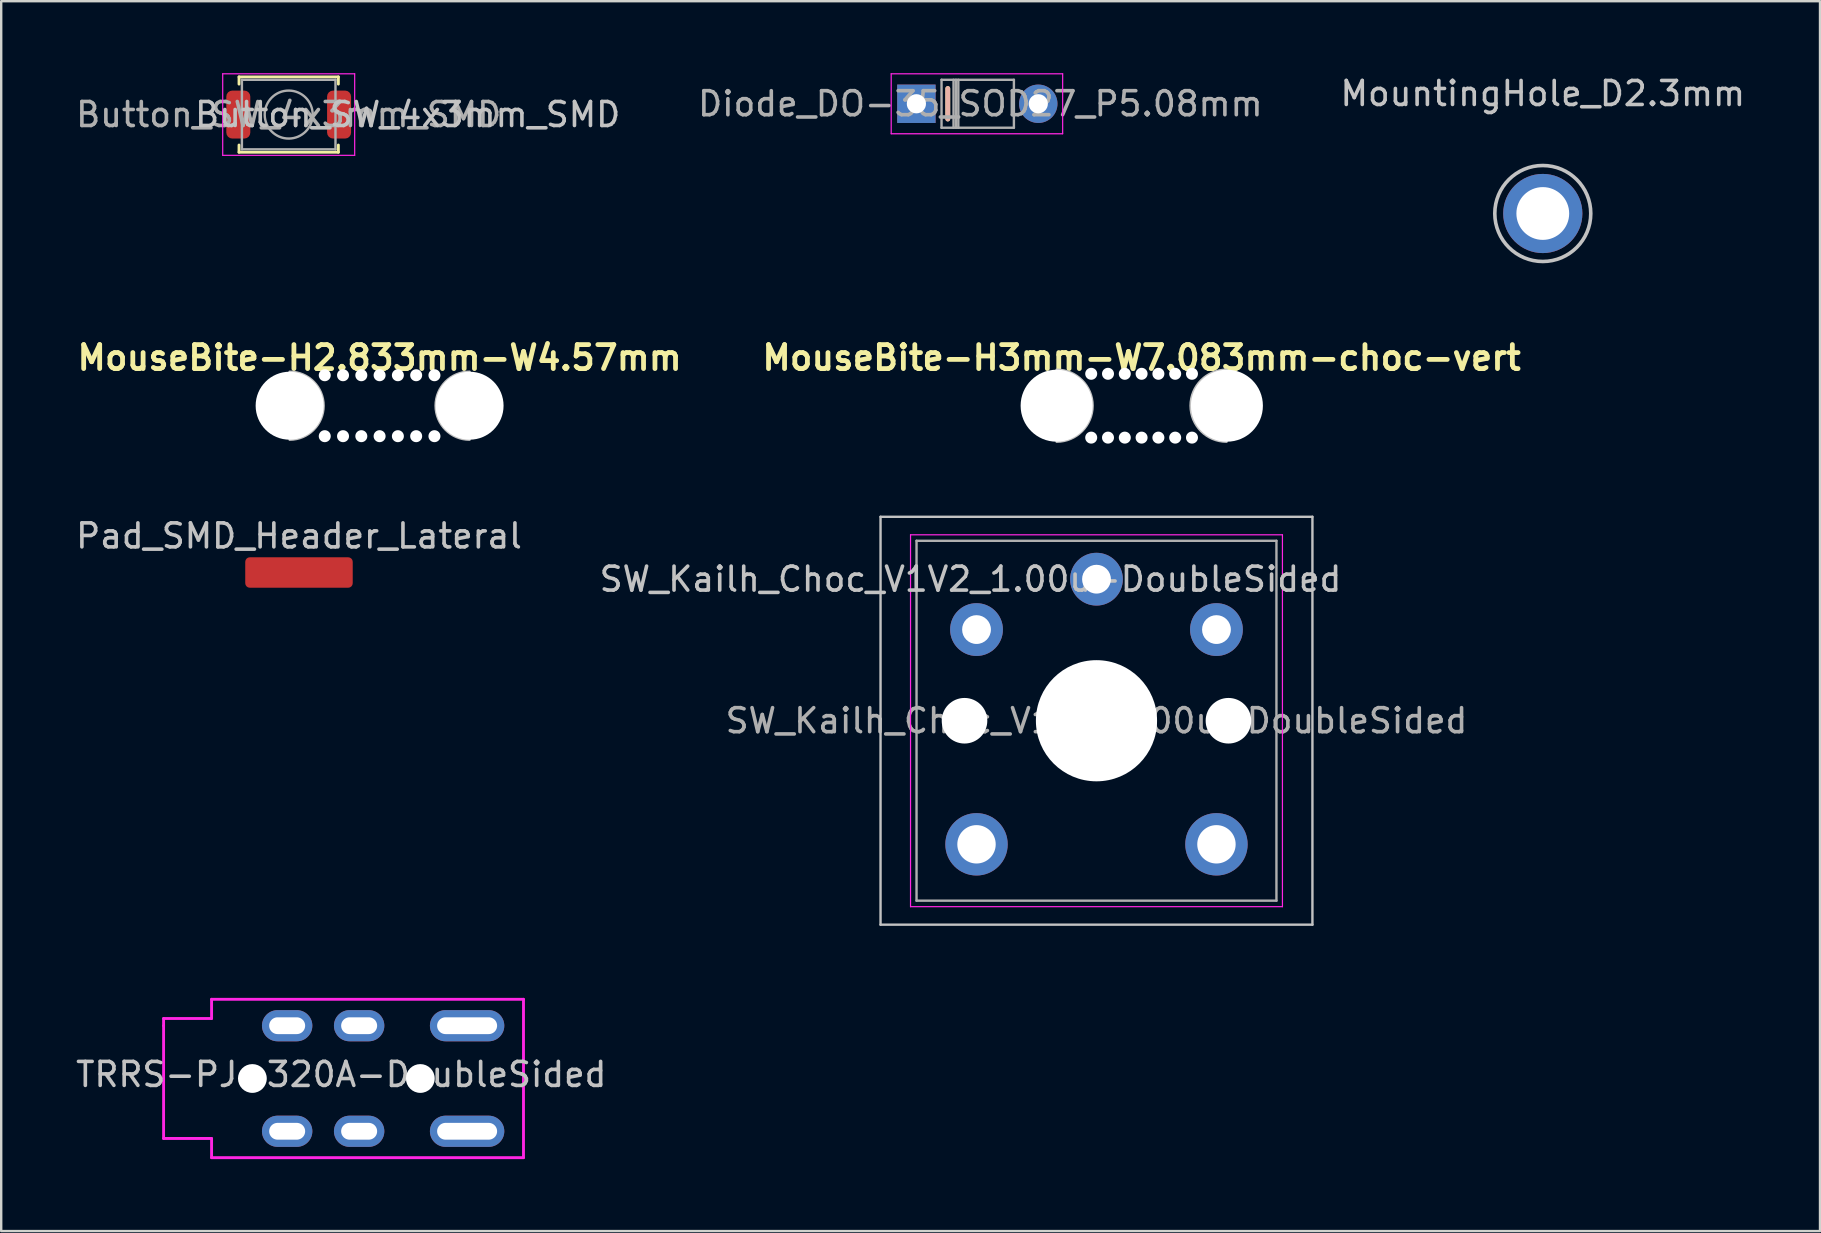
<source format=kicad_pcb>
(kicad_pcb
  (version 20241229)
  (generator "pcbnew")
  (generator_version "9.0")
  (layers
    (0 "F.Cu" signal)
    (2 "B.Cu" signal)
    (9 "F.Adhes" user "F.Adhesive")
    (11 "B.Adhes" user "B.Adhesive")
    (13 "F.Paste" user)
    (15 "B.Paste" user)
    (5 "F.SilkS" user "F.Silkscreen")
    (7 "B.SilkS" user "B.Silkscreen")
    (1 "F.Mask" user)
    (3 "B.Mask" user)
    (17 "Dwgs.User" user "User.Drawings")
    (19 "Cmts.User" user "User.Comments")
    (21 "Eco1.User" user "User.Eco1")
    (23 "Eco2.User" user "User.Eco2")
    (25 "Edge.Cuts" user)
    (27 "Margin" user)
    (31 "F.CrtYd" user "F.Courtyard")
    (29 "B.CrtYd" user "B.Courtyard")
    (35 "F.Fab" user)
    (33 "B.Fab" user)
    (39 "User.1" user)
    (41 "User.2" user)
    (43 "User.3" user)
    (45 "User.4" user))
  (footprint "MouseBite-H2.833mm-W4.57mm"
    (layer "F.Cu")
    (at 12.771 13.859)
    (property "Reference" "MouseBite-H2.833mm-W4.57mm" (at 0 -2 180) (layer "F.SilkS") (effects (font (size 1 1) (thickness 0.2))))
    (attr through_hole)
    (fp_arc (start -3.75 -1.4165) (mid -2.3335 0) (end -3.75 1.4165) (stroke (width 0.1) (type solid)) (layer "Dwgs.User"))
    (fp_arc (start 3.75 1.4165) (mid 2.3335 0) (end 3.75 -1.4165) (stroke (width 0.1) (type solid)) (layer "Dwgs.User"))
    (fp_circle (center -3.75 0) (end -3.69 0) (stroke (width 0.05) (type solid)) (fill no) (layer "Dwgs.User"))
    (fp_circle (center 3.75 0) (end 3.81 0) (stroke (width 0.05) (type solid)) (fill no) (layer "Dwgs.User"))
    (pad "" np_thru_hole circle (at -3.75 0) (size 2.833 2.833) (drill 2.833) (layers "*.Cu" "*.Mask"))
    (pad "" np_thru_hole circle (at -2.286 -1.27) (size 0.5 0.5) (drill 0.5) (layers "*.Cu" "*.Mask"))
    (pad "" np_thru_hole circle (at -2.286 1.27) (size 0.5 0.5) (drill 0.5) (layers "*.Cu" "*.Mask"))
    (pad "" np_thru_hole circle (at -1.524 -1.27) (size 0.5 0.5) (drill 0.5) (layers "*.Cu" "*.Mask"))
    (pad "" np_thru_hole circle (at -1.524 1.27) (size 0.5 0.5) (drill 0.5) (layers "*.Cu" "*.Mask"))
    (pad "" np_thru_hole circle (at -0.762 -1.27) (size 0.5 0.5) (drill 0.5) (layers "*.Cu" "*.Mask"))
    (pad "" np_thru_hole circle (at -0.762 1.27) (size 0.5 0.5) (drill 0.5) (layers "*.Cu" "*.Mask"))
    (pad "" np_thru_hole circle (at 0 -1.27) (size 0.5 0.5) (drill 0.5) (layers "*.Cu" "*.Mask"))
    (pad "" np_thru_hole circle (at 0 1.27) (size 0.5 0.5) (drill 0.5) (layers "*.Cu" "*.Mask"))
    (pad "" np_thru_hole circle (at 0.762 -1.27) (size 0.5 0.5) (drill 0.5) (layers "*.Cu" "*.Mask"))
    (pad "" np_thru_hole circle (at 0.762 1.27) (size 0.5 0.5) (drill 0.5) (layers "*.Cu" "*.Mask"))
    (pad "" np_thru_hole circle (at 1.524 -1.27) (size 0.5 0.5) (drill 0.5) (layers "*.Cu" "*.Mask"))
    (pad "" np_thru_hole circle (at 1.524 1.27) (size 0.5 0.5) (drill 0.5) (layers "*.Cu" "*.Mask"))
    (pad "" np_thru_hole circle (at 2.286 -1.27) (size 0.5 0.5) (drill 0.5) (layers "*.Cu" "*.Mask"))
    (pad "" np_thru_hole circle (at 2.286 1.27) (size 0.5 0.5) (drill 0.5) (layers "*.Cu" "*.Mask"))
    (pad "" np_thru_hole circle (at 3.75 0) (size 2.833 2.833) (drill 2.833) (layers "*.Cu" "*.Mask")))
  (footprint "MountingHole_D2.3mm"
    (layer "F.Cu")
    (at 61.25 5.848)
    (property "Reference" "MountingHole_D2.3mm" (at 0 -5 0) (layer "Dwgs.User") (effects (font (size 1 1) (thickness 0.15))))
    (attr exclude_from_pos_files exclude_from_bom)
    (fp_circle (center 0 0) (end 2 0) (stroke (width 0.15) (type solid)) (fill no) (layer "Dwgs.User"))
    (pad "1" thru_hole circle (at 0 0) (size 3.3 3.3) (drill 2.2) (layers "*.Cu" "*.Mask")))
  (footprint "Button_SW_4x3mm_SMD"
    (layer "F.Cu")
    (at 8.982 1.725)
    (property "Reference" "Button_SW_4x3mm_SMD" (at 4.958 0 0) (layer "Dwgs.User") (effects (font (size 1 1) (thickness 0.15))))
    (attr smd)
    (fp_line (start -2.07 -1.57) (end 2.07 -1.57) (stroke (width 0.12) (type solid)) (layer "F.SilkS"))
    (fp_line (start -2.07 -1.27) (end -2.07 -1.57) (stroke (width 0.12) (type solid)) (layer "F.SilkS"))
    (fp_line (start -2.07 1.57) (end -2.07 1.27) (stroke (width 0.12) (type solid)) (layer "F.SilkS"))
    (fp_line (start 2.07 -1.57) (end 2.07 -1.27) (stroke (width 0.12) (type solid)) (layer "F.SilkS"))
    (fp_line (start 2.07 1.27) (end 2.07 1.57) (stroke (width 0.12) (type solid)) (layer "F.SilkS"))
    (fp_line (start 2.07 1.57) (end -2.07 1.57) (stroke (width 0.12) (type solid)) (layer "F.SilkS"))
    (fp_line (start -2.75 -1.7) (end 2.75 -1.7) (stroke (width 0.05) (type solid)) (layer "F.CrtYd"))
    (fp_line (start -2.75 1.7) (end -2.75 -1.7) (stroke (width 0.05) (type solid)) (layer "F.CrtYd"))
    (fp_line (start 2.75 -1.7) (end 2.75 1.7) (stroke (width 0.05) (type solid)) (layer "F.CrtYd"))
    (fp_line (start 2.75 1.7) (end -2.75 1.7) (stroke (width 0.05) (type solid)) (layer "F.CrtYd"))
    (fp_line (start -1.95 -1.45) (end 1.95 -1.45) (stroke (width 0.1) (type solid)) (layer "F.Fab"))
    (fp_line (start -1.95 1.45) (end -1.95 -1.45) (stroke (width 0.1) (type solid)) (layer "F.Fab"))
    (fp_line (start 1.95 -1.45) (end 1.95 1.45) (stroke (width 0.1) (type solid)) (layer "F.Fab"))
    (fp_line (start 1.95 1.45) (end -1.95 1.45) (stroke (width 0.1) (type solid)) (layer "F.Fab"))
    (fp_circle (center 0 0) (end 1 0) (stroke (width 0.1) (type solid)) (fill no) (layer "F.Fab"))
    (fp_text user "${REFERENCE}" (at 0 0 0) (layer "F.Fab") (effects (font (size 1 1) (thickness 0.15))))
    (pad "1" smd roundrect (at -2.1 0) (size 1 2) (layers "F.Cu" "F.Mask" "F.Paste") (roundrect_rratio 0.25))
    (pad "2" smd roundrect (at 2.1 0) (size 1 2) (layers "F.Cu" "F.Mask" "F.Paste") (roundrect_rratio 0.25)))
  (footprint "Pad_SMD_Header_Lateral"
    (layer "F.Cu")
    (at 9.411 20.811)
    (property "Reference" "Pad_SMD_Header_Lateral" (at 0 -1.524 0) (unlocked yes) (layer "Dwgs.User") (effects (font (size 1 1) (thickness 0.15))))
    (attr smd)
    (pad "1" smd roundrect (at 0 0) (size 4.48 1.27) (layers "F.Cu" "F.Mask" "F.Paste") (roundrect_rratio 0.15)))
  (footprint "Diode_DO-35_SOD27_P5.08mm"
    (layer "F.Cu")
    (at 35.143 1.275)
    (property "Reference" "Diode_DO-35_SOD27_P5.08mm" (at 2.667 0 0) (layer "F.Fab") (effects (font (size 1 1) (thickness 0.15))))
    (attr through_hole)
    (fp_line (start 1.309 -0.635) (end 1.309 0.635) (stroke (width 0.2) (type solid)) (layer "F.SilkS"))
    (fp_line (start 1.309 -0.635) (end 1.309 0.635) (stroke (width 0.2) (type solid)) (layer "B.SilkS"))
    (fp_line (start -1.05 -1.25) (end -1.05 1.25) (stroke (width 0.05) (type solid)) (layer "F.CrtYd"))
    (fp_line (start -1.05 1.25) (end 6.096 1.25) (stroke (width 0.05) (type solid)) (layer "F.CrtYd"))
    (fp_line (start 6.096 -1.25) (end -1.05 -1.25) (stroke (width 0.05) (type solid)) (layer "F.CrtYd"))
    (fp_line (start 6.096 1.25) (end 6.096 -1.25) (stroke (width 0.05) (type solid)) (layer "F.CrtYd"))
    (fp_line (start 1.048 -1) (end 1.048 1) (stroke (width 0.1) (type solid)) (layer "F.Fab"))
    (fp_line (start 1.048 1) (end 4.064 1) (stroke (width 0.1) (type solid)) (layer "F.Fab"))
    (fp_line (start 1.548 -1) (end 1.548 1) (stroke (width 0.1) (type solid)) (layer "F.Fab"))
    (fp_line (start 1.648 -1) (end 1.648 1) (stroke (width 0.1) (type solid)) (layer "F.Fab"))
    (fp_line (start 1.748 -1) (end 1.748 1) (stroke (width 0.1) (type solid)) (layer "F.Fab"))
    (fp_line (start 4.064 -1) (end 1.048 -1) (stroke (width 0.1) (type solid)) (layer "F.Fab"))
    (fp_line (start 4.064 1) (end 4.064 -1) (stroke (width 0.1) (type solid)) (layer "F.Fab"))
    (pad "1" thru_hole rect (at 0 0) (size 1.6 1.6) (drill 0.8) (layers "*.Cu" "*.Mask"))
    (pad "2" thru_hole oval (at 5.08 0) (size 1.6 1.6) (drill 0.8) (layers "*.Cu" "*.Mask")))
  (footprint "SW_Kailh_Choc_V1V2_1.00u-DoubleSided"
    (layer "F.Cu")
    (at 42.649 26.989)
    (property "Reference" "SW_Kailh_Choc_V1V2_1.00u-DoubleSided" (at -5.25 -5.9 0) (layer "Dwgs.User") (effects (font (size 1 1) (thickness 0.15))))
    (attr through_hole)
    (fp_line (start -9 -8.5) (end -9 8.5) (stroke (width 0.1) (type solid)) (layer "Dwgs.User"))
    (fp_line (start -9 8.5) (end 9 8.5) (stroke (width 0.1) (type solid)) (layer "Dwgs.User"))
    (fp_line (start 9 -8.5) (end -9 -8.5) (stroke (width 0.1) (type solid)) (layer "Dwgs.User"))
    (fp_line (start 9 8.5) (end 9 -8.5) (stroke (width 0.1) (type solid)) (layer "Dwgs.User"))
    (fp_line (start -7.25 -7.25) (end -7.25 7.25) (stroke (width 0.1) (type solid)) (layer "Eco1.User"))
    (fp_line (start -7.25 7.25) (end 7.25 7.25) (stroke (width 0.1) (type solid)) (layer "Eco1.User"))
    (fp_line (start 7.25 -7.25) (end -7.25 -7.25) (stroke (width 0.1) (type solid)) (layer "Eco1.User"))
    (fp_line (start 7.25 7.25) (end 7.25 -7.25) (stroke (width 0.1) (type solid)) (layer "Eco1.User"))
    (fp_line (start -7.75 -7.75) (end -7.75 7.75) (stroke (width 0.05) (type solid)) (layer "F.CrtYd"))
    (fp_line (start -7.75 7.75) (end 7.75 7.75) (stroke (width 0.05) (type solid)) (layer "F.CrtYd"))
    (fp_line (start 7.75 -7.75) (end -7.75 -7.75) (stroke (width 0.05) (type solid)) (layer "F.CrtYd"))
    (fp_line (start 7.75 7.75) (end 7.75 -7.75) (stroke (width 0.05) (type solid)) (layer "F.CrtYd"))
    (fp_line (start -7.5 -7.5) (end -7.5 7.5) (stroke (width 0.1) (type solid)) (layer "F.Fab"))
    (fp_line (start -7.5 7.5) (end 7.5 7.5) (stroke (width 0.1) (type solid)) (layer "F.Fab"))
    (fp_line (start 7.5 -7.5) (end -7.5 -7.5) (stroke (width 0.1) (type solid)) (layer "F.Fab"))
    (fp_line (start 7.5 7.5) (end 7.5 -7.5) (stroke (width 0.1) (type solid)) (layer "F.Fab"))
    (fp_line (start -7.6 -7.6) (end -7.6 7.6) (stroke (width 0.12) (type solid)) (layer "User.2"))
    (fp_line (start -7.6 7.6) (end 7.6 7.6) (stroke (width 0.12) (type solid)) (layer "User.2"))
    (fp_line (start 7.6 -7.6) (end -7.6 -7.6) (stroke (width 0.12) (type solid)) (layer "User.2"))
    (fp_line (start 7.6 7.6) (end 7.6 -7.6) (stroke (width 0.12) (type solid)) (layer "User.2"))
    (fp_text user "${REFERENCE}" (at 0 0 0) (layer "F.Fab") (effects (font (size 1 1) (thickness 0.15))))
    (pad "" np_thru_hole circle (at -5.5 0) (size 1.9 1.9) (drill 1.9) (layers "*.Cu" "*.Mask"))
    (pad "" thru_hole circle (at -5 5.15) (size 2.6 2.6) (drill 1.6) (layers "*.Cu" "*.Mask"))
    (pad "" np_thru_hole circle (at 0 0) (size 5.05 5.05) (drill 5.05) (layers "*.Cu" "*.Mask"))
    (pad "" thru_hole circle (at 5 5.15) (size 2.6 2.6) (drill 1.6) (layers "*.Cu" "*.Mask"))
    (pad "" np_thru_hole circle (at 5.5 0) (size 1.9 1.9) (drill 1.9) (layers "*.Cu" "*.Mask"))
    (pad "1" thru_hole circle (at 0 -5.9) (size 2.2 2.2) (drill 1.2) (layers "*.Cu" "*.Mask"))
    (pad "2" thru_hole circle (at -5 -3.8) (size 2.2 2.2) (drill 1.2) (layers "*.Cu" "*.Mask"))
    (pad "2" thru_hole circle (at 5 -3.8) (size 2.2 2.2) (drill 1.2) (layers "*.Cu" "*.Mask")))
  (footprint "MouseBite-H3mm-W7.083mm-choc-vert"
    (layer "F.Cu")
    (at 44.529 13.859)
    (property "Reference" "MouseBite-H3mm-W7.083mm-choc-vert" (at 0 -2 0) (layer "F.SilkS") (effects (font (size 1 1) (thickness 0.2))))
    (attr through_hole)
    (fp_arc (start -3.5415 -1.5) (mid -2.0415 0) (end -3.5415 1.5) (stroke (width 0.1) (type solid)) (layer "Dwgs.User"))
    (fp_arc (start 3.5415 1.5) (mid 2.0415 0) (end 3.5415 -1.5) (stroke (width 0.1) (type solid)) (layer "Dwgs.User"))
    (fp_circle (center -3.542 0) (end -3.482 0) (stroke (width 0.05) (type solid)) (fill no) (layer "Dwgs.User"))
    (fp_circle (center 3.542 0) (end 3.602 0) (stroke (width 0.05) (type solid)) (fill no) (layer "Dwgs.User"))
    (pad "" np_thru_hole circle (at -3.542 0) (size 3 3) (drill 3) (layers "*.Cu" "*.Mask"))
    (pad "" np_thru_hole circle (at -2.1 -1.33) (size 0.5 0.5) (drill 0.5) (layers "*.Cu" "*.Mask"))
    (pad "" np_thru_hole circle (at -2.1 1.33) (size 0.5 0.5) (drill 0.5) (layers "*.Cu" "*.Mask"))
    (pad "" np_thru_hole circle (at -1.4 -1.33) (size 0.5 0.5) (drill 0.5) (layers "*.Cu" "*.Mask"))
    (pad "" np_thru_hole circle (at -1.4 1.33) (size 0.5 0.5) (drill 0.5) (layers "*.Cu" "*.Mask"))
    (pad "" np_thru_hole circle (at -0.7 -1.33) (size 0.5 0.5) (drill 0.5) (layers "*.Cu" "*.Mask"))
    (pad "" np_thru_hole circle (at -0.7 1.33) (size 0.5 0.5) (drill 0.5) (layers "*.Cu" "*.Mask"))
    (pad "" np_thru_hole circle (at 0 -1.33) (size 0.5 0.5) (drill 0.5) (layers "*.Cu" "*.Mask"))
    (pad "" np_thru_hole circle (at 0 1.33) (size 0.5 0.5) (drill 0.5) (layers "*.Cu" "*.Mask"))
    (pad "" np_thru_hole circle (at 0.7 -1.33) (size 0.5 0.5) (drill 0.5) (layers "*.Cu" "*.Mask"))
    (pad "" np_thru_hole circle (at 0.7 1.33) (size 0.5 0.5) (drill 0.5) (layers "*.Cu" "*.Mask"))
    (pad "" np_thru_hole circle (at 1.4 -1.33) (size 0.5 0.5) (drill 0.5) (layers "*.Cu" "*.Mask"))
    (pad "" np_thru_hole circle (at 1.4 1.33) (size 0.5 0.5) (drill 0.5) (layers "*.Cu" "*.Mask"))
    (pad "" np_thru_hole circle (at 2.1 -1.33) (size 0.5 0.5) (drill 0.5) (layers "*.Cu" "*.Mask"))
    (pad "" np_thru_hole circle (at 2.1 1.33) (size 0.5 0.5) (drill 0.5) (layers "*.Cu" "*.Mask"))
    (pad "" np_thru_hole circle (at 3.556 0) (size 3 3) (drill 3) (layers "*.Cu" "*.Mask")))
  (footprint "TRRS-PJ-320A-DoubleSided"
    (layer "F.Cu")
    (at 3.768 39.699)
    (property "Reference" "TRRS-PJ-320A-DoubleSided" (at 7.405 2.032 0) (layer "Dwgs.User") (effects (font (size 1 1) (thickness 0.15))))
    (attr through_hole)
    (fp_line (start 0 -0.3) (end 2 -0.3) (stroke (width 0.12) (type solid)) (layer "F.CrtYd"))
    (fp_line (start 0 0) (end 0 -0.3) (stroke (width 0.12) (type solid)) (layer "F.CrtYd"))
    (fp_line (start 0 0) (end 0 4.7) (stroke (width 0.12) (type solid)) (layer "F.CrtYd"))
    (fp_line (start 0 4.7) (end 2 4.7) (stroke (width 0.12) (type solid)) (layer "F.CrtYd"))
    (fp_line (start 2 -1.1) (end 15 -1.1) (stroke (width 0.12) (type solid)) (layer "F.CrtYd"))
    (fp_line (start 2 -0.3) (end 2 -1.1) (stroke (width 0.12) (type solid)) (layer "F.CrtYd"))
    (fp_line (start 2 4.7) (end 2 5.5) (stroke (width 0.12) (type solid)) (layer "F.CrtYd"))
    (fp_line (start 2 5.5) (end 15 5.5) (stroke (width 0.12) (type solid)) (layer "F.CrtYd"))
    (fp_line (start 15 -1.1) (end 15 5.5) (stroke (width 0.12) (type solid)) (layer "F.CrtYd"))
    (pad "" np_thru_hole circle (at 3.7 2.2) (size 1.2 1.2) (drill 1.2) (layers "*.Cu"))
    (pad "" np_thru_hole circle (at 10.7 2.2) (size 1.2 1.2) (drill 1.2) (layers "*.Cu"))
    (pad "1" thru_hole oval (at 12.65 4.4) (size 3.1 1.3) (drill oval 2.5 0.7) (layers "*.Cu" "*.Mask"))
    (pad "2" thru_hole oval (at 12.65 0) (size 3.1 1.3) (drill oval 2.5 0.7) (layers "*.Cu" "*.Mask"))
    (pad "3" thru_hole oval (at 8.15 0) (size 2.1 1.3) (drill oval 1.5 0.7) (layers "*.Cu" "*.Mask"))
    (pad "3" thru_hole oval (at 8.15 4.4) (size 2.1 1.3) (drill oval 1.5 0.7) (layers "*.Cu" "*.Mask"))
    (pad "4" thru_hole oval (at 5.15 0) (size 2.1 1.3) (drill oval 1.5 0.7) (layers "*.Cu" "*.Mask"))
    (pad "4" thru_hole oval (at 5.15 4.4) (size 2.1 1.3) (drill oval 1.5 0.7) (layers "*.Cu" "*.Mask")))
  (gr_rect
    (start -3 -3)
    (end 72.804 48.259)
    (stroke (width 0.1) (type default))
    (fill no)
    (layer "Edge.Cuts")))
</source>
